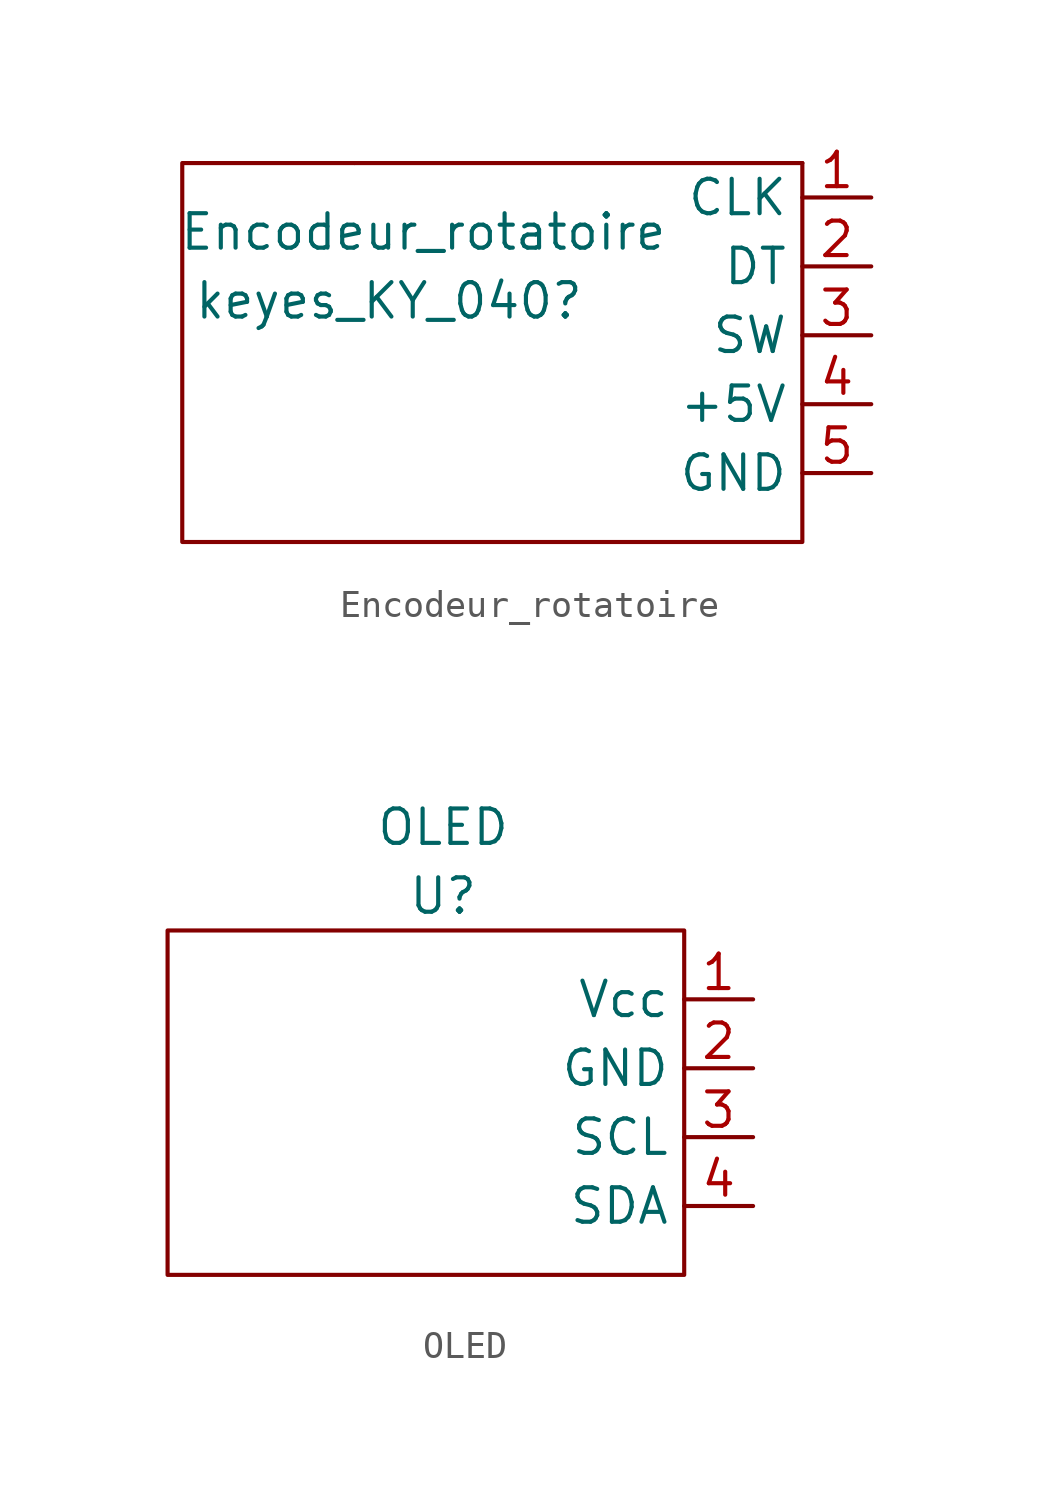
<source format=kicad_sym>
(kicad_symbol_lib
  (version 20211014)
  (generator kicad_symbol_editor)
  (symbol "Encodeur_rotatoire"
    (property "Reference" "keyes_KY_040"
      (at -13.97 -3.81 0)
      (effects (font (size 1.27 1.27))))
    (property "Value" "Encodeur_rotatoire"
      (at -12.7 -1.27 0)
      (effects (font (size 1.27 1.27))))
    (symbol "Encodeur_rotatoire_0_1"
      (polyline (pts (xy -15.24 1.27) (xy 1.27 1.27)) (stroke (width 0) (type default) (color 0 0 0 0)) (fill (type none)))
      (polyline (pts (xy 1.27 1.27) (xy 1.27 -12.7) (xy -21.59 -12.7) (xy -21.59 1.27) (xy -15.24 1.27)) (stroke (width 0) (type default) (color 0 0 0 0)) (fill (type none))))
    (symbol "Encodeur_rotatoire_1_1"
      (pin passive line (at 3.81 0 180) (length 2.54) (name "CLK" (effects (font (size 1.27 1.27)))) (number "1" (effects (font (size 1.27 1.27)))))
      (pin passive line (at 3.81 -2.54 180) (length 2.54) (name "DT" (effects (font (size 1.27 1.27)))) (number "2" (effects (font (size 1.27 1.27)))))
      (pin passive line (at 3.81 -5.08 180) (length 2.54) (name "SW" (effects (font (size 1.27 1.27)))) (number "3" (effects (font (size 1.27 1.27)))))
      (pin power_in line (at 3.81 -7.62 180) (length 2.54) (name "+5V" (effects (font (size 1.27 1.27)))) (number "4" (effects (font (size 1.27 1.27)))))
      (pin power_in line (at 3.81 -10.16 180) (length 2.54) (name "GND" (effects (font (size 1.27 1.27)))) (number "5" (effects (font (size 1.27 1.27)))))))
  (symbol "OLED"
    (property "Reference" "U"
      (at -2.54 3.81 0)
      (effects (font (size 1.27 1.27))))
    (property "Value" "OLED"
      (at -2.54 6.35 0)
      (effects (font (size 1.27 1.27))))
    (symbol "OLED_0_1"
      (polyline (pts (xy -12.7 2.54) (xy 6.35 2.54) (xy 6.35 -10.16) (xy -12.7 -10.16) (xy -12.7 2.54)) (stroke (width 0) (type default) (color 0 0 0 0)) (fill (type none))))
    (symbol "OLED_1_1"
      (pin power_in line (at 8.89 0 180) (length 2.54) (name "Vcc" (effects (font (size 1.27 1.27)))) (number "1" (effects (font (size 1.27 1.27)))))
      (pin input line (at 8.89 -2.54 180) (length 2.54) (name "GND" (effects (font (size 1.27 1.27)))) (number "2" (effects (font (size 1.27 1.27)))))
      (pin passive line (at 8.89 -5.08 180) (length 2.54) (name "SCL" (effects (font (size 1.27 1.27)))) (number "3" (effects (font (size 1.27 1.27)))))
      (pin passive line (at 8.89 -7.62 180) (length 2.54) (name "SDA" (effects (font (size 1.27 1.27)))) (number "4" (effects (font (size 1.27 1.27))))))))
</source>
